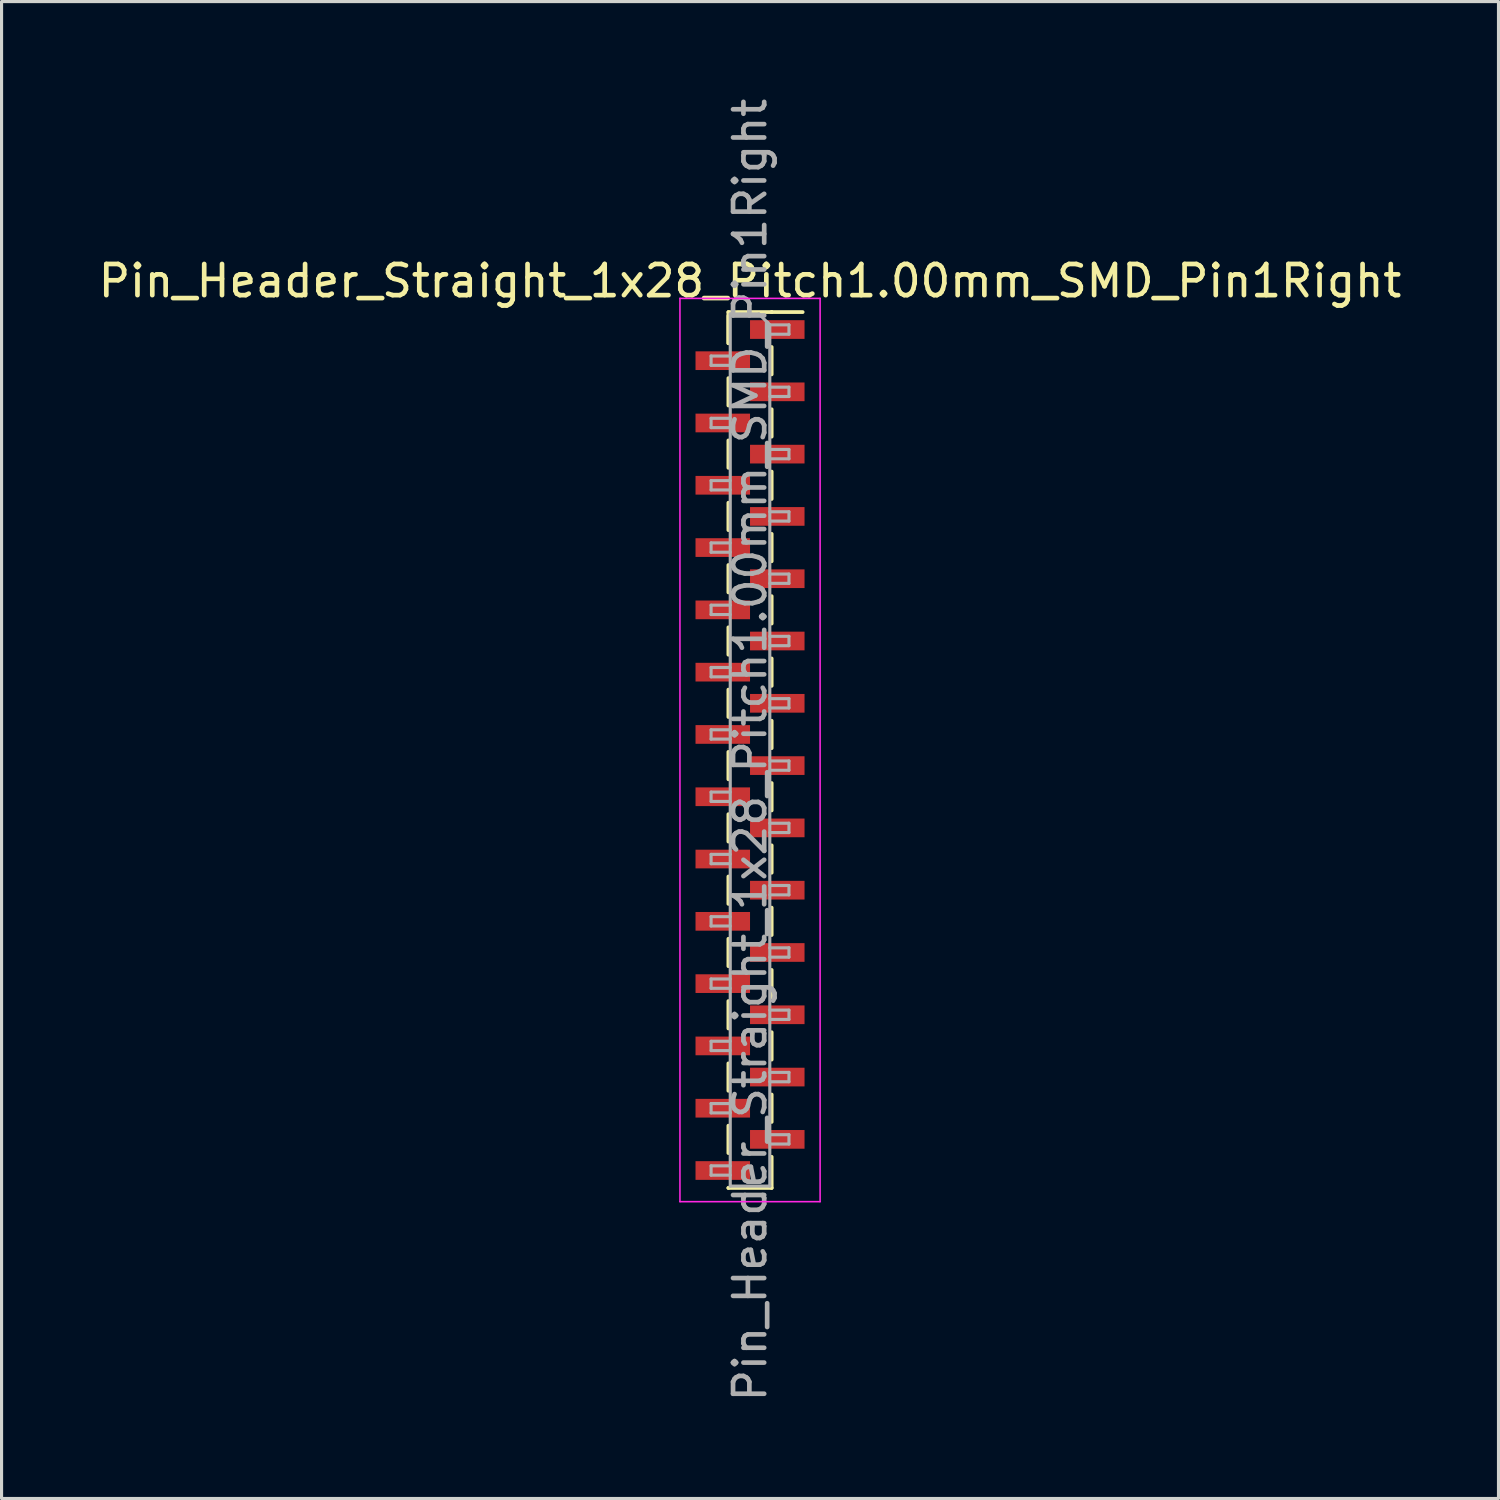
<source format=kicad_pcb>
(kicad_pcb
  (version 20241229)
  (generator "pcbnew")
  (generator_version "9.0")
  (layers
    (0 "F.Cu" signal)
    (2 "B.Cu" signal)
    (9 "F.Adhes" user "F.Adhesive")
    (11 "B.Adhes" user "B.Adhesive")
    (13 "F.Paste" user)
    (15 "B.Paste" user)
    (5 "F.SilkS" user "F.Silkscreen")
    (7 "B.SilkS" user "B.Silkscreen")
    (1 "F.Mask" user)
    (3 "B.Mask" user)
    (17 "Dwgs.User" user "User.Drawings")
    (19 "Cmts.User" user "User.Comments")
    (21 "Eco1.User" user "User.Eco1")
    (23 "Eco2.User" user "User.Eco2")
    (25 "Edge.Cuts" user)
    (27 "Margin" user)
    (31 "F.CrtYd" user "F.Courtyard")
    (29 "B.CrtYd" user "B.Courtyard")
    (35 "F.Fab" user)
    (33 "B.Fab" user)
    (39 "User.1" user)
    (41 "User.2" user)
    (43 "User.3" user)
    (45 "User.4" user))
  (footprint "Pin_Header_Straight_1x28_Pitch1.00mm_SMD_Pin1Right"
    (layer "F.Cu")
    (at 21.03 21.03)
    (property "Reference" "Pin_Header_Straight_1x28_Pitch1.00mm_SMD_Pin1Right" (at 0 -15.06 0) (layer "F.SilkS") (effects (font (size 1 1) (thickness 0.15))))
    (attr smd)
    (fp_line (start -0.695 -14.06) (end -0.695 -13.06) (stroke (width 0.12) (type solid)) (layer "F.SilkS"))
    (fp_line (start -0.695 -14.06) (end 0.695 -14.06) (stroke (width 0.12) (type solid)) (layer "F.SilkS"))
    (fp_line (start -0.695 -13.94) (end -0.695 -13.06) (stroke (width 0.12) (type solid)) (layer "F.SilkS"))
    (fp_line (start -0.695 -11.94) (end -0.695 -11.06) (stroke (width 0.12) (type solid)) (layer "F.SilkS"))
    (fp_line (start -0.695 -9.94) (end -0.695 -9.06) (stroke (width 0.12) (type solid)) (layer "F.SilkS"))
    (fp_line (start -0.695 -7.94) (end -0.695 -7.06) (stroke (width 0.12) (type solid)) (layer "F.SilkS"))
    (fp_line (start -0.695 -5.94) (end -0.695 -5.06) (stroke (width 0.12) (type solid)) (layer "F.SilkS"))
    (fp_line (start -0.695 -3.94) (end -0.695 -3.06) (stroke (width 0.12) (type solid)) (layer "F.SilkS"))
    (fp_line (start -0.695 -1.94) (end -0.695 -1.06) (stroke (width 0.12) (type solid)) (layer "F.SilkS"))
    (fp_line (start -0.695 0.06) (end -0.695 0.94) (stroke (width 0.12) (type solid)) (layer "F.SilkS"))
    (fp_line (start -0.695 2.06) (end -0.695 2.94) (stroke (width 0.12) (type solid)) (layer "F.SilkS"))
    (fp_line (start -0.695 4.06) (end -0.695 4.94) (stroke (width 0.12) (type solid)) (layer "F.SilkS"))
    (fp_line (start -0.695 6.06) (end -0.695 6.94) (stroke (width 0.12) (type solid)) (layer "F.SilkS"))
    (fp_line (start -0.695 8.06) (end -0.695 8.94) (stroke (width 0.12) (type solid)) (layer "F.SilkS"))
    (fp_line (start -0.695 10.06) (end -0.695 10.94) (stroke (width 0.12) (type solid)) (layer "F.SilkS"))
    (fp_line (start -0.695 12.06) (end -0.695 12.94) (stroke (width 0.12) (type solid)) (layer "F.SilkS"))
    (fp_line (start -0.695 14.06) (end -0.695 14.06) (stroke (width 0.12) (type solid)) (layer "F.SilkS"))
    (fp_line (start -0.695 14.06) (end 0.695 14.06) (stroke (width 0.12) (type solid)) (layer "F.SilkS"))
    (fp_line (start 0.695 -14.06) (end 0.695 -14.06) (stroke (width 0.12) (type solid)) (layer "F.SilkS"))
    (fp_line (start 0.695 -14.06) (end 1.69 -14.06) (stroke (width 0.12) (type solid)) (layer "F.SilkS"))
    (fp_line (start 0.695 -12.94) (end 0.695 -12.06) (stroke (width 0.12) (type solid)) (layer "F.SilkS"))
    (fp_line (start 0.695 -10.94) (end 0.695 -10.06) (stroke (width 0.12) (type solid)) (layer "F.SilkS"))
    (fp_line (start 0.695 -8.94) (end 0.695 -8.06) (stroke (width 0.12) (type solid)) (layer "F.SilkS"))
    (fp_line (start 0.695 -6.94) (end 0.695 -6.06) (stroke (width 0.12) (type solid)) (layer "F.SilkS"))
    (fp_line (start 0.695 -4.94) (end 0.695 -4.06) (stroke (width 0.12) (type solid)) (layer "F.SilkS"))
    (fp_line (start 0.695 -2.94) (end 0.695 -2.06) (stroke (width 0.12) (type solid)) (layer "F.SilkS"))
    (fp_line (start 0.695 -0.94) (end 0.695 -0.06) (stroke (width 0.12) (type solid)) (layer "F.SilkS"))
    (fp_line (start 0.695 1.06) (end 0.695 1.94) (stroke (width 0.12) (type solid)) (layer "F.SilkS"))
    (fp_line (start 0.695 3.06) (end 0.695 3.94) (stroke (width 0.12) (type solid)) (layer "F.SilkS"))
    (fp_line (start 0.695 5.06) (end 0.695 5.94) (stroke (width 0.12) (type solid)) (layer "F.SilkS"))
    (fp_line (start 0.695 7.06) (end 0.695 7.94) (stroke (width 0.12) (type solid)) (layer "F.SilkS"))
    (fp_line (start 0.695 9.06) (end 0.695 9.94) (stroke (width 0.12) (type solid)) (layer "F.SilkS"))
    (fp_line (start 0.695 11.06) (end 0.695 11.94) (stroke (width 0.12) (type solid)) (layer "F.SilkS"))
    (fp_line (start 0.695 13.06) (end 0.695 14.06) (stroke (width 0.12) (type solid)) (layer "F.SilkS"))
    (fp_line (start -2.25 -14.5) (end -2.25 14.5) (stroke (width 0.05) (type solid)) (layer "F.CrtYd"))
    (fp_line (start -2.25 14.5) (end 2.25 14.5) (stroke (width 0.05) (type solid)) (layer "F.CrtYd"))
    (fp_line (start 2.25 -14.5) (end -2.25 -14.5) (stroke (width 0.05) (type solid)) (layer "F.CrtYd"))
    (fp_line (start 2.25 14.5) (end 2.25 -14.5) (stroke (width 0.05) (type solid)) (layer "F.CrtYd"))
    (fp_line (start -1.25 -12.65) (end -1.25 -12.35) (stroke (width 0.1) (type solid)) (layer "F.Fab"))
    (fp_line (start -1.25 -12.35) (end -0.635 -12.35) (stroke (width 0.1) (type solid)) (layer "F.Fab"))
    (fp_line (start -1.25 -10.65) (end -1.25 -10.35) (stroke (width 0.1) (type solid)) (layer "F.Fab"))
    (fp_line (start -1.25 -10.35) (end -0.635 -10.35) (stroke (width 0.1) (type solid)) (layer "F.Fab"))
    (fp_line (start -1.25 -8.65) (end -1.25 -8.35) (stroke (width 0.1) (type solid)) (layer "F.Fab"))
    (fp_line (start -1.25 -8.35) (end -0.635 -8.35) (stroke (width 0.1) (type solid)) (layer "F.Fab"))
    (fp_line (start -1.25 -6.65) (end -1.25 -6.35) (stroke (width 0.1) (type solid)) (layer "F.Fab"))
    (fp_line (start -1.25 -6.35) (end -0.635 -6.35) (stroke (width 0.1) (type solid)) (layer "F.Fab"))
    (fp_line (start -1.25 -4.65) (end -1.25 -4.35) (stroke (width 0.1) (type solid)) (layer "F.Fab"))
    (fp_line (start -1.25 -4.35) (end -0.635 -4.35) (stroke (width 0.1) (type solid)) (layer "F.Fab"))
    (fp_line (start -1.25 -2.65) (end -1.25 -2.35) (stroke (width 0.1) (type solid)) (layer "F.Fab"))
    (fp_line (start -1.25 -2.35) (end -0.635 -2.35) (stroke (width 0.1) (type solid)) (layer "F.Fab"))
    (fp_line (start -1.25 -0.65) (end -1.25 -0.35) (stroke (width 0.1) (type solid)) (layer "F.Fab"))
    (fp_line (start -1.25 -0.35) (end -0.635 -0.35) (stroke (width 0.1) (type solid)) (layer "F.Fab"))
    (fp_line (start -1.25 1.35) (end -1.25 1.65) (stroke (width 0.1) (type solid)) (layer "F.Fab"))
    (fp_line (start -1.25 1.65) (end -0.635 1.65) (stroke (width 0.1) (type solid)) (layer "F.Fab"))
    (fp_line (start -1.25 3.35) (end -1.25 3.65) (stroke (width 0.1) (type solid)) (layer "F.Fab"))
    (fp_line (start -1.25 3.65) (end -0.635 3.65) (stroke (width 0.1) (type solid)) (layer "F.Fab"))
    (fp_line (start -1.25 5.35) (end -1.25 5.65) (stroke (width 0.1) (type solid)) (layer "F.Fab"))
    (fp_line (start -1.25 5.65) (end -0.635 5.65) (stroke (width 0.1) (type solid)) (layer "F.Fab"))
    (fp_line (start -1.25 7.35) (end -1.25 7.65) (stroke (width 0.1) (type solid)) (layer "F.Fab"))
    (fp_line (start -1.25 7.65) (end -0.635 7.65) (stroke (width 0.1) (type solid)) (layer "F.Fab"))
    (fp_line (start -1.25 9.35) (end -1.25 9.65) (stroke (width 0.1) (type solid)) (layer "F.Fab"))
    (fp_line (start -1.25 9.65) (end -0.635 9.65) (stroke (width 0.1) (type solid)) (layer "F.Fab"))
    (fp_line (start -1.25 11.35) (end -1.25 11.65) (stroke (width 0.1) (type solid)) (layer "F.Fab"))
    (fp_line (start -1.25 11.65) (end -0.635 11.65) (stroke (width 0.1) (type solid)) (layer "F.Fab"))
    (fp_line (start -1.25 13.35) (end -1.25 13.65) (stroke (width 0.1) (type solid)) (layer "F.Fab"))
    (fp_line (start -1.25 13.65) (end -0.635 13.65) (stroke (width 0.1) (type solid)) (layer "F.Fab"))
    (fp_line (start -0.635 -14) (end -0.635 14) (stroke (width 0.1) (type solid)) (layer "F.Fab"))
    (fp_line (start -0.635 -14) (end 0.285 -14) (stroke (width 0.1) (type solid)) (layer "F.Fab"))
    (fp_line (start -0.635 -12.65) (end -1.25 -12.65) (stroke (width 0.1) (type solid)) (layer "F.Fab"))
    (fp_line (start -0.635 -10.65) (end -1.25 -10.65) (stroke (width 0.1) (type solid)) (layer "F.Fab"))
    (fp_line (start -0.635 -8.65) (end -1.25 -8.65) (stroke (width 0.1) (type solid)) (layer "F.Fab"))
    (fp_line (start -0.635 -6.65) (end -1.25 -6.65) (stroke (width 0.1) (type solid)) (layer "F.Fab"))
    (fp_line (start -0.635 -4.65) (end -1.25 -4.65) (stroke (width 0.1) (type solid)) (layer "F.Fab"))
    (fp_line (start -0.635 -2.65) (end -1.25 -2.65) (stroke (width 0.1) (type solid)) (layer "F.Fab"))
    (fp_line (start -0.635 -0.65) (end -1.25 -0.65) (stroke (width 0.1) (type solid)) (layer "F.Fab"))
    (fp_line (start -0.635 1.35) (end -1.25 1.35) (stroke (width 0.1) (type solid)) (layer "F.Fab"))
    (fp_line (start -0.635 3.35) (end -1.25 3.35) (stroke (width 0.1) (type solid)) (layer "F.Fab"))
    (fp_line (start -0.635 5.35) (end -1.25 5.35) (stroke (width 0.1) (type solid)) (layer "F.Fab"))
    (fp_line (start -0.635 7.35) (end -1.25 7.35) (stroke (width 0.1) (type solid)) (layer "F.Fab"))
    (fp_line (start -0.635 9.35) (end -1.25 9.35) (stroke (width 0.1) (type solid)) (layer "F.Fab"))
    (fp_line (start -0.635 11.35) (end -1.25 11.35) (stroke (width 0.1) (type solid)) (layer "F.Fab"))
    (fp_line (start -0.635 13.35) (end -1.25 13.35) (stroke (width 0.1) (type solid)) (layer "F.Fab"))
    (fp_line (start 0.635 -13.65) (end 0.285 -14) (stroke (width 0.1) (type solid)) (layer "F.Fab"))
    (fp_line (start 0.635 -13.65) (end 1.25 -13.65) (stroke (width 0.1) (type solid)) (layer "F.Fab"))
    (fp_line (start 0.635 -11.65) (end 1.25 -11.65) (stroke (width 0.1) (type solid)) (layer "F.Fab"))
    (fp_line (start 0.635 -9.65) (end 1.25 -9.65) (stroke (width 0.1) (type solid)) (layer "F.Fab"))
    (fp_line (start 0.635 -7.65) (end 1.25 -7.65) (stroke (width 0.1) (type solid)) (layer "F.Fab"))
    (fp_line (start 0.635 -5.65) (end 1.25 -5.65) (stroke (width 0.1) (type solid)) (layer "F.Fab"))
    (fp_line (start 0.635 -3.65) (end 1.25 -3.65) (stroke (width 0.1) (type solid)) (layer "F.Fab"))
    (fp_line (start 0.635 -1.65) (end 1.25 -1.65) (stroke (width 0.1) (type solid)) (layer "F.Fab"))
    (fp_line (start 0.635 0.35) (end 1.25 0.35) (stroke (width 0.1) (type solid)) (layer "F.Fab"))
    (fp_line (start 0.635 2.35) (end 1.25 2.35) (stroke (width 0.1) (type solid)) (layer "F.Fab"))
    (fp_line (start 0.635 4.35) (end 1.25 4.35) (stroke (width 0.1) (type solid)) (layer "F.Fab"))
    (fp_line (start 0.635 6.35) (end 1.25 6.35) (stroke (width 0.1) (type solid)) (layer "F.Fab"))
    (fp_line (start 0.635 8.35) (end 1.25 8.35) (stroke (width 0.1) (type solid)) (layer "F.Fab"))
    (fp_line (start 0.635 10.35) (end 1.25 10.35) (stroke (width 0.1) (type solid)) (layer "F.Fab"))
    (fp_line (start 0.635 12.35) (end 1.25 12.35) (stroke (width 0.1) (type solid)) (layer "F.Fab"))
    (fp_line (start 0.635 14) (end -0.635 14) (stroke (width 0.1) (type solid)) (layer "F.Fab"))
    (fp_line (start 0.635 14) (end 0.635 -13.65) (stroke (width 0.1) (type solid)) (layer "F.Fab"))
    (fp_line (start 1.25 -13.65) (end 1.25 -13.35) (stroke (width 0.1) (type solid)) (layer "F.Fab"))
    (fp_line (start 1.25 -13.35) (end 0.635 -13.35) (stroke (width 0.1) (type solid)) (layer "F.Fab"))
    (fp_line (start 1.25 -11.65) (end 1.25 -11.35) (stroke (width 0.1) (type solid)) (layer "F.Fab"))
    (fp_line (start 1.25 -11.35) (end 0.635 -11.35) (stroke (width 0.1) (type solid)) (layer "F.Fab"))
    (fp_line (start 1.25 -9.65) (end 1.25 -9.35) (stroke (width 0.1) (type solid)) (layer "F.Fab"))
    (fp_line (start 1.25 -9.35) (end 0.635 -9.35) (stroke (width 0.1) (type solid)) (layer "F.Fab"))
    (fp_line (start 1.25 -7.65) (end 1.25 -7.35) (stroke (width 0.1) (type solid)) (layer "F.Fab"))
    (fp_line (start 1.25 -7.35) (end 0.635 -7.35) (stroke (width 0.1) (type solid)) (layer "F.Fab"))
    (fp_line (start 1.25 -5.65) (end 1.25 -5.35) (stroke (width 0.1) (type solid)) (layer "F.Fab"))
    (fp_line (start 1.25 -5.35) (end 0.635 -5.35) (stroke (width 0.1) (type solid)) (layer "F.Fab"))
    (fp_line (start 1.25 -3.65) (end 1.25 -3.35) (stroke (width 0.1) (type solid)) (layer "F.Fab"))
    (fp_line (start 1.25 -3.35) (end 0.635 -3.35) (stroke (width 0.1) (type solid)) (layer "F.Fab"))
    (fp_line (start 1.25 -1.65) (end 1.25 -1.35) (stroke (width 0.1) (type solid)) (layer "F.Fab"))
    (fp_line (start 1.25 -1.35) (end 0.635 -1.35) (stroke (width 0.1) (type solid)) (layer "F.Fab"))
    (fp_line (start 1.25 0.35) (end 1.25 0.65) (stroke (width 0.1) (type solid)) (layer "F.Fab"))
    (fp_line (start 1.25 0.65) (end 0.635 0.65) (stroke (width 0.1) (type solid)) (layer "F.Fab"))
    (fp_line (start 1.25 2.35) (end 1.25 2.65) (stroke (width 0.1) (type solid)) (layer "F.Fab"))
    (fp_line (start 1.25 2.65) (end 0.635 2.65) (stroke (width 0.1) (type solid)) (layer "F.Fab"))
    (fp_line (start 1.25 4.35) (end 1.25 4.65) (stroke (width 0.1) (type solid)) (layer "F.Fab"))
    (fp_line (start 1.25 4.65) (end 0.635 4.65) (stroke (width 0.1) (type solid)) (layer "F.Fab"))
    (fp_line (start 1.25 6.35) (end 1.25 6.65) (stroke (width 0.1) (type solid)) (layer "F.Fab"))
    (fp_line (start 1.25 6.65) (end 0.635 6.65) (stroke (width 0.1) (type solid)) (layer "F.Fab"))
    (fp_line (start 1.25 8.35) (end 1.25 8.65) (stroke (width 0.1) (type solid)) (layer "F.Fab"))
    (fp_line (start 1.25 8.65) (end 0.635 8.65) (stroke (width 0.1) (type solid)) (layer "F.Fab"))
    (fp_line (start 1.25 10.35) (end 1.25 10.65) (stroke (width 0.1) (type solid)) (layer "F.Fab"))
    (fp_line (start 1.25 10.65) (end 0.635 10.65) (stroke (width 0.1) (type solid)) (layer "F.Fab"))
    (fp_line (start 1.25 12.35) (end 1.25 12.65) (stroke (width 0.1) (type solid)) (layer "F.Fab"))
    (fp_line (start 1.25 12.65) (end 0.635 12.65) (stroke (width 0.1) (type solid)) (layer "F.Fab"))
    (fp_text user "${REFERENCE}" (at 0 0 90) (layer "F.Fab") (effects (font (size 1 1) (thickness 0.15))))
    (pad "1" smd rect (at 0.875 -13.5) (size 1.75 0.6) (layers "F.Cu" "F.Mask" "F.Paste"))
    (pad "2" smd rect (at -0.875 -12.5) (size 1.75 0.6) (layers "F.Cu" "F.Mask" "F.Paste"))
    (pad "3" smd rect (at 0.875 -11.5) (size 1.75 0.6) (layers "F.Cu" "F.Mask" "F.Paste"))
    (pad "4" smd rect (at -0.875 -10.5) (size 1.75 0.6) (layers "F.Cu" "F.Mask" "F.Paste"))
    (pad "5" smd rect (at 0.875 -9.5) (size 1.75 0.6) (layers "F.Cu" "F.Mask" "F.Paste"))
    (pad "6" smd rect (at -0.875 -8.5) (size 1.75 0.6) (layers "F.Cu" "F.Mask" "F.Paste"))
    (pad "7" smd rect (at 0.875 -7.5) (size 1.75 0.6) (layers "F.Cu" "F.Mask" "F.Paste"))
    (pad "8" smd rect (at -0.875 -6.5) (size 1.75 0.6) (layers "F.Cu" "F.Mask" "F.Paste"))
    (pad "9" smd rect (at 0.875 -5.5) (size 1.75 0.6) (layers "F.Cu" "F.Mask" "F.Paste"))
    (pad "10" smd rect (at -0.875 -4.5) (size 1.75 0.6) (layers "F.Cu" "F.Mask" "F.Paste"))
    (pad "11" smd rect (at 0.875 -3.5) (size 1.75 0.6) (layers "F.Cu" "F.Mask" "F.Paste"))
    (pad "12" smd rect (at -0.875 -2.5) (size 1.75 0.6) (layers "F.Cu" "F.Mask" "F.Paste"))
    (pad "13" smd rect (at 0.875 -1.5) (size 1.75 0.6) (layers "F.Cu" "F.Mask" "F.Paste"))
    (pad "14" smd rect (at -0.875 -0.5) (size 1.75 0.6) (layers "F.Cu" "F.Mask" "F.Paste"))
    (pad "15" smd rect (at 0.875 0.5) (size 1.75 0.6) (layers "F.Cu" "F.Mask" "F.Paste"))
    (pad "16" smd rect (at -0.875 1.5) (size 1.75 0.6) (layers "F.Cu" "F.Mask" "F.Paste"))
    (pad "17" smd rect (at 0.875 2.5) (size 1.75 0.6) (layers "F.Cu" "F.Mask" "F.Paste"))
    (pad "18" smd rect (at -0.875 3.5) (size 1.75 0.6) (layers "F.Cu" "F.Mask" "F.Paste"))
    (pad "19" smd rect (at 0.875 4.5) (size 1.75 0.6) (layers "F.Cu" "F.Mask" "F.Paste"))
    (pad "20" smd rect (at -0.875 5.5) (size 1.75 0.6) (layers "F.Cu" "F.Mask" "F.Paste"))
    (pad "21" smd rect (at 0.875 6.5) (size 1.75 0.6) (layers "F.Cu" "F.Mask" "F.Paste"))
    (pad "22" smd rect (at -0.875 7.5) (size 1.75 0.6) (layers "F.Cu" "F.Mask" "F.Paste"))
    (pad "23" smd rect (at 0.875 8.5) (size 1.75 0.6) (layers "F.Cu" "F.Mask" "F.Paste"))
    (pad "24" smd rect (at -0.875 9.5) (size 1.75 0.6) (layers "F.Cu" "F.Mask" "F.Paste"))
    (pad "25" smd rect (at 0.875 10.5) (size 1.75 0.6) (layers "F.Cu" "F.Mask" "F.Paste"))
    (pad "26" smd rect (at -0.875 11.5) (size 1.75 0.6) (layers "F.Cu" "F.Mask" "F.Paste"))
    (pad "27" smd rect (at 0.875 12.5) (size 1.75 0.6) (layers "F.Cu" "F.Mask" "F.Paste"))
    (pad "28" smd rect (at -0.875 13.5) (size 1.75 0.6) (layers "F.Cu" "F.Mask" "F.Paste")))
  (gr_rect
    (start -3 -3)
    (end 45.06 45.06)
    (stroke (width 0.1) (type default))
    (fill no)
    (layer "Edge.Cuts")))
</source>
